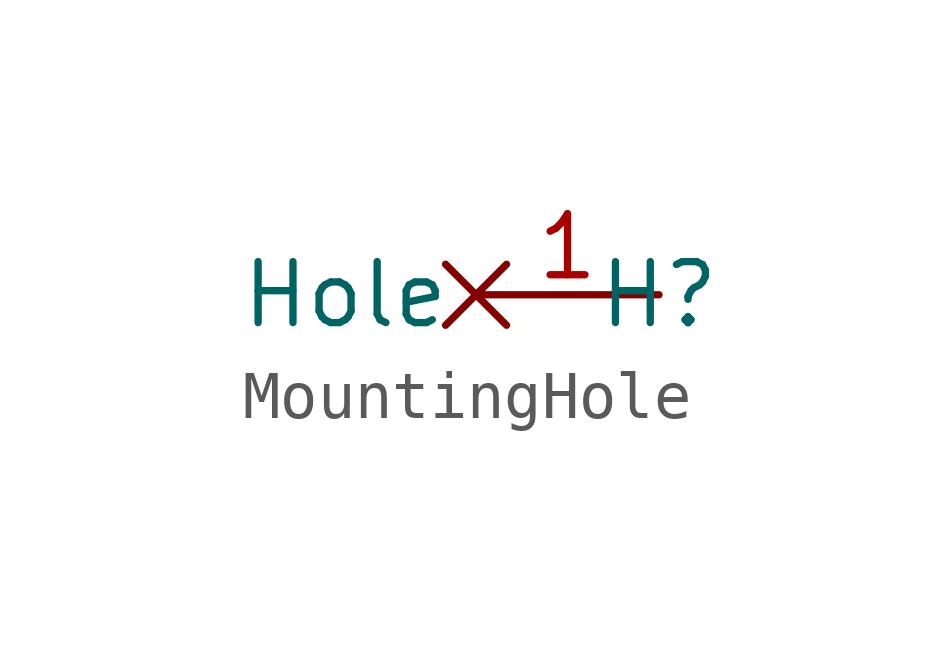
<source format=kicad_sym>
(kicad_symbol_lib
  (version 20241209)
  (generator "kicad_symbol_editor")
  (generator_version "9.0")
  (symbol "MountingHole"
    (property "Reference" "H"
      (at 0 0 0)
      (effects (font (size 1.27 1.27))))
    (property "Value" ""
      (at 0 0 0)
      (effects (font (size 1.27 1.27))))
    (symbol "MountingHole_1_1"
      (pin free non_logic (at 0 0 180) (length 3.81) (name "Hole" (effects (font (size 1.27 1.27)))) (number "1" (effects (font (size 1.27 1.27))))))))
</source>
